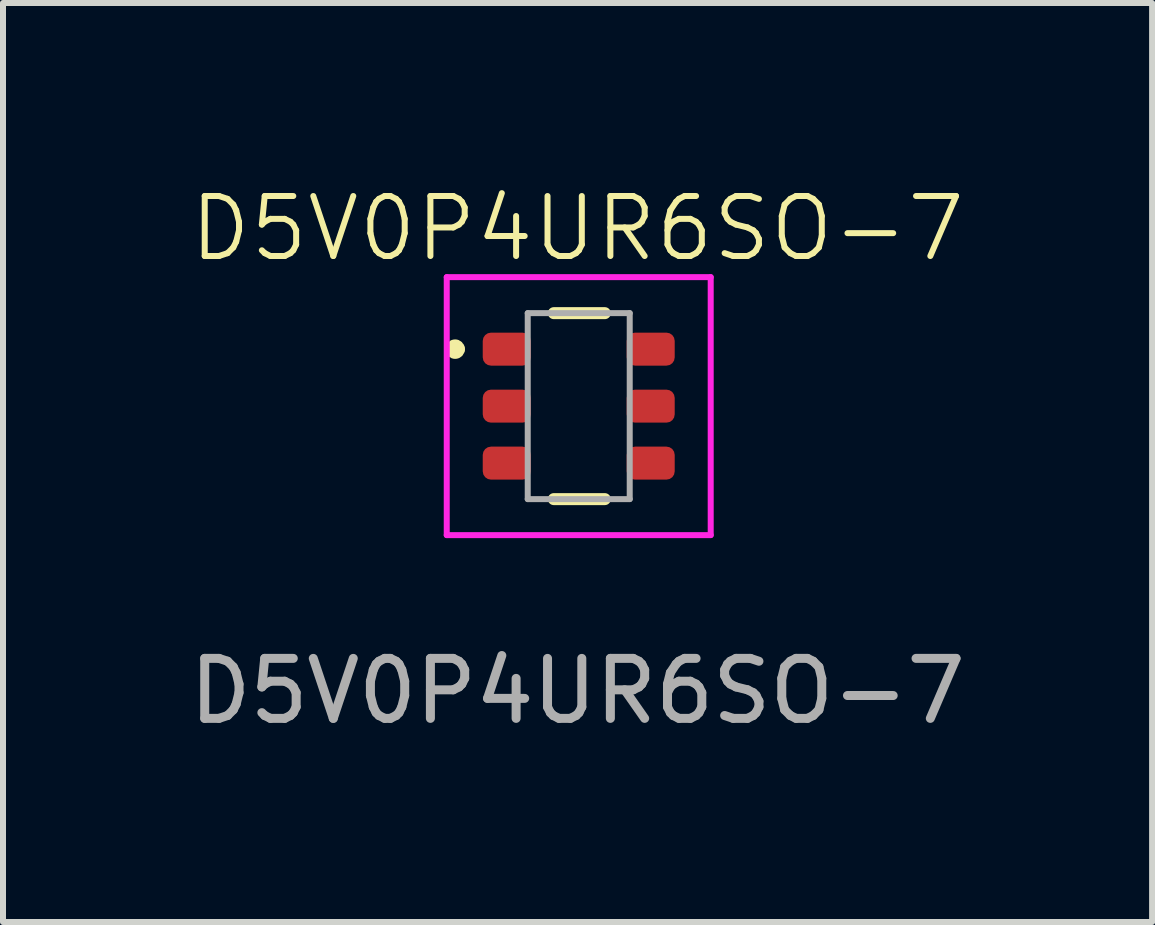
<source format=kicad_pcb>
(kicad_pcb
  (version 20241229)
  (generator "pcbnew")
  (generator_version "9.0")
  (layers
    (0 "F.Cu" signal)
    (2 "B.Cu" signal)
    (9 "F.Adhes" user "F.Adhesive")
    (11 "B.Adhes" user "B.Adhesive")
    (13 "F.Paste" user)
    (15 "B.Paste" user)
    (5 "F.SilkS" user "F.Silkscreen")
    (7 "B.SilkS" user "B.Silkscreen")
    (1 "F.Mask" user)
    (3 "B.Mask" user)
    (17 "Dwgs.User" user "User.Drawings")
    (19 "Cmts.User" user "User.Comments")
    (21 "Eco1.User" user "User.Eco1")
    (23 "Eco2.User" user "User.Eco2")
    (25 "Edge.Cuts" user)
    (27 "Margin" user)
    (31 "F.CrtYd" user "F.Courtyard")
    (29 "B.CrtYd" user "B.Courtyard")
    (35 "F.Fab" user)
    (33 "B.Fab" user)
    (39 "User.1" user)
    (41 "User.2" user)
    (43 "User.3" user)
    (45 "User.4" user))
  (footprint "D5V0P4UR6SO-7"
    (layer "F.Cu")
    (at 6.597 3.72)
    (property "Reference" "D5V0P4UR6SO-7" (at -0.02 -2.96 0) (unlocked yes) (layer "F.SilkS") (effects (font (size 1 1) (thickness 0.1))))
    (attr smd)
    (fp_line (start -0.415 -1.55) (end 0.435 -1.55) (stroke (width 0.2) (type solid)) (layer "F.SilkS"))
    (fp_line (start -0.415 1.55) (end 0.435 1.55) (stroke (width 0.2) (type solid)) (layer "F.SilkS"))
    (fp_arc (start -2.122499 -0.95) (mid -2.06 -1.012499) (end -1.997501 -0.95) (stroke (width 0.2) (type solid)) (layer "F.SilkS"))
    (fp_arc (start -1.997501 -0.95) (mid -2.06 -0.8875) (end -2.122499 -0.95) (stroke (width 0.2) (type solid)) (layer "F.SilkS"))
    (fp_line (start -2.2 -2.15) (end 2.2 -2.15) (stroke (width 0.1) (type solid)) (layer "F.CrtYd"))
    (fp_line (start -2.2 2.15) (end -2.2 -2.15) (stroke (width 0.1) (type solid)) (layer "F.CrtYd"))
    (fp_line (start -2.2 2.15) (end 2.2 2.15) (stroke (width 0.1) (type solid)) (layer "F.CrtYd"))
    (fp_line (start 2.2 2.15) (end 2.2 -2.15) (stroke (width 0.1) (type solid)) (layer "F.CrtYd"))
    (fp_line (start -0.85 -1.55) (end 0.85 -1.55) (stroke (width 0.1) (type solid)) (layer "F.Fab"))
    (fp_line (start -0.85 1.55) (end -0.85 -1.55) (stroke (width 0.1) (type solid)) (layer "F.Fab"))
    (fp_line (start -0.85 1.55) (end 0.85 1.55) (stroke (width 0.1) (type solid)) (layer "F.Fab"))
    (fp_line (start 0.85 1.55) (end 0.85 -1.55) (stroke (width 0.1) (type solid)) (layer "F.Fab"))
    (fp_text user "${REFERENCE}" (at -0.02 4.75 0) (unlocked yes) (layer "F.Fab") (effects (font (size 1 1) (thickness 0.15))))
    (pad "1" smd roundrect (at -1.2 -0.95) (size 0.8 0.55) (layers "F.Cu" "F.Mask" "F.Paste") (roundrect_rratio 0.25))
    (pad "2" smd roundrect (at -1.2 0) (size 0.8 0.55) (layers "F.Cu" "F.Mask" "F.Paste") (roundrect_rratio 0.25))
    (pad "3" smd roundrect (at -1.2 0.95) (size 0.8 0.55) (layers "F.Cu" "F.Mask" "F.Paste") (roundrect_rratio 0.25))
    (pad "4" smd roundrect (at 1.2 0.95) (size 0.8 0.55) (layers "F.Cu" "F.Mask" "F.Paste") (roundrect_rratio 0.25))
    (pad "5" smd roundrect (at 1.2 0) (size 0.8 0.55) (layers "F.Cu" "F.Mask" "F.Paste") (roundrect_rratio 0.25))
    (pad "6" smd roundrect (at 1.2 -0.95) (size 0.8 0.55) (layers "F.Cu" "F.Mask" "F.Paste") (roundrect_rratio 0.25)))
  (gr_rect
    (start -3 -3)
    (end 16.155 12.319)
    (stroke (width 0.1) (type default))
    (fill no)
    (layer "Edge.Cuts")))
</source>
